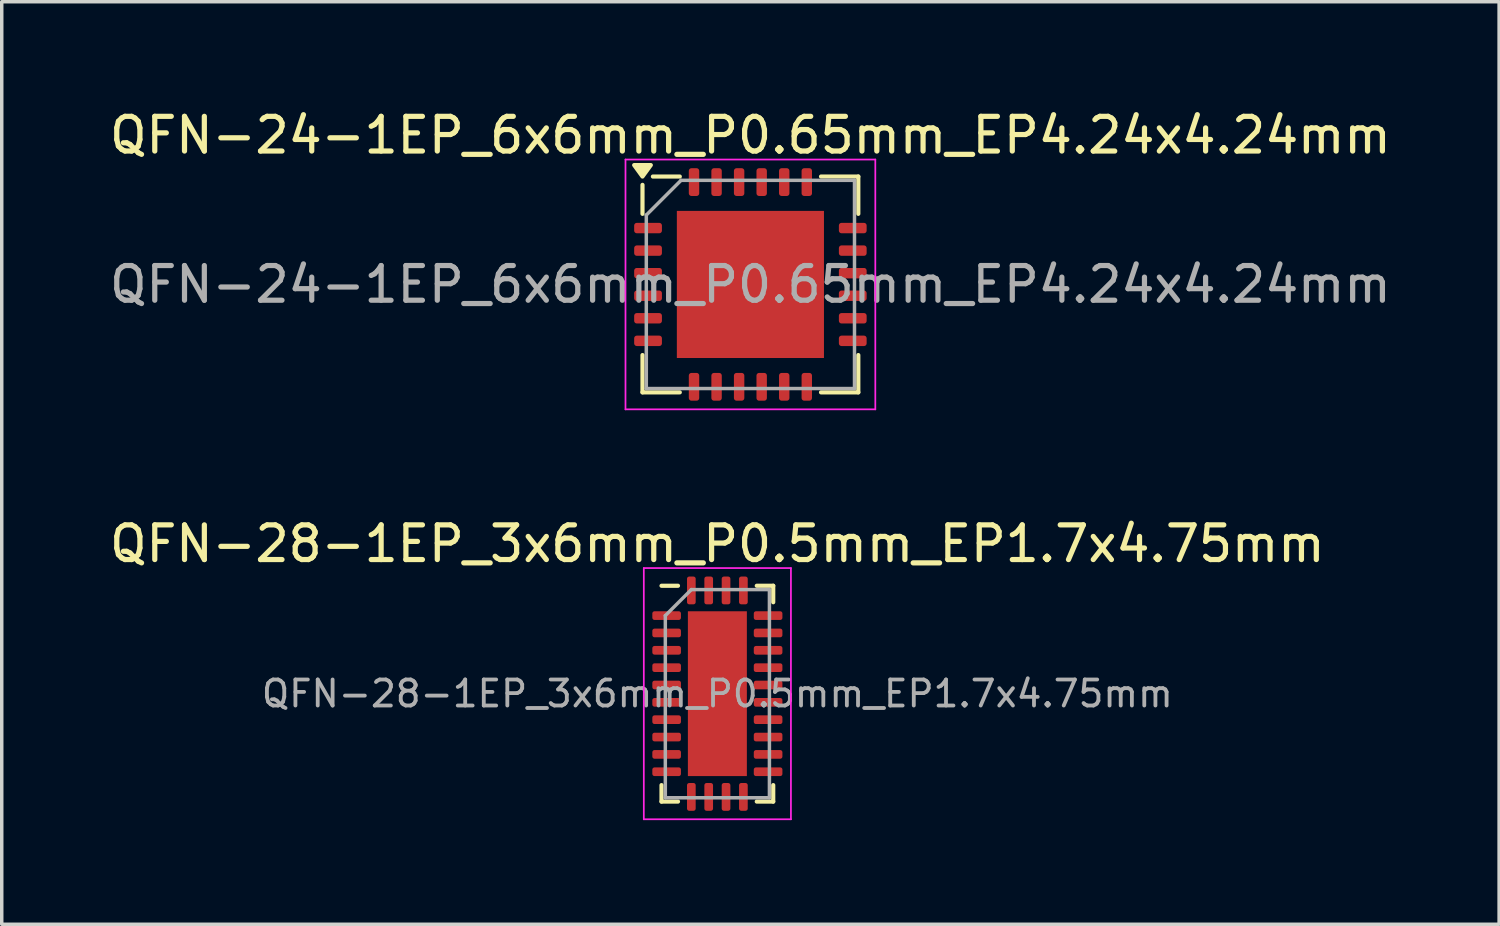
<source format=kicad_pcb>
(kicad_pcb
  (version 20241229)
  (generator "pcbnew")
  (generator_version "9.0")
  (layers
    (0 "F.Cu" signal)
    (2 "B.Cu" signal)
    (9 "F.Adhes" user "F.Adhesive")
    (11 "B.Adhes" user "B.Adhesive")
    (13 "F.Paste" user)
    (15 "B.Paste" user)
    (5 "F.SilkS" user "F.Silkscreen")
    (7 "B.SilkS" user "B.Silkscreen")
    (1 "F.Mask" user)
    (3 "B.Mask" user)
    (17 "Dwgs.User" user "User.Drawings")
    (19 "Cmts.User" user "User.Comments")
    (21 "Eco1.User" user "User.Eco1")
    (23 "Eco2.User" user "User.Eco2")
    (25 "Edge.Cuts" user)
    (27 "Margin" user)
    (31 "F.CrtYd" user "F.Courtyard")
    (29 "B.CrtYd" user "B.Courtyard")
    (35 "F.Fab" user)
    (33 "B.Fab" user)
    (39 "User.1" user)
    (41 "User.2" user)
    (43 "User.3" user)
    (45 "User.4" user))
  (footprint "QFN-28-1EP_3x6mm_P0.5mm_EP1.7x4.75mm"
    (layer "F.Cu")
    (at 17.625 16.942)
    (property "Reference" "QFN-28-1EP_3x6mm_P0.5mm_EP1.7x4.75mm" (at 0 -4.32 0) (layer "F.SilkS") (effects (font (size 1 1) (thickness 0.15))))
    (attr smd)
    (fp_line (start -1.61 3.11) (end -1.61 2.635) (stroke (width 0.12) (type solid)) (layer "F.SilkS"))
    (fp_line (start -1.135 -3.11) (end -1.61 -3.11) (stroke (width 0.12) (type solid)) (layer "F.SilkS"))
    (fp_line (start -1.135 3.11) (end -1.61 3.11) (stroke (width 0.12) (type solid)) (layer "F.SilkS"))
    (fp_line (start 1.135 -3.11) (end 1.61 -3.11) (stroke (width 0.12) (type solid)) (layer "F.SilkS"))
    (fp_line (start 1.135 3.11) (end 1.61 3.11) (stroke (width 0.12) (type solid)) (layer "F.SilkS"))
    (fp_line (start 1.61 -3.11) (end 1.61 -2.635) (stroke (width 0.12) (type solid)) (layer "F.SilkS"))
    (fp_line (start 1.61 3.11) (end 1.61 2.635) (stroke (width 0.12) (type solid)) (layer "F.SilkS"))
    (fp_line (start -2.12 -3.62) (end -2.12 3.62) (stroke (width 0.05) (type solid)) (layer "F.CrtYd"))
    (fp_line (start -2.12 3.62) (end 2.12 3.62) (stroke (width 0.05) (type solid)) (layer "F.CrtYd"))
    (fp_line (start 2.12 -3.62) (end -2.12 -3.62) (stroke (width 0.05) (type solid)) (layer "F.CrtYd"))
    (fp_line (start 2.12 3.62) (end 2.12 -3.62) (stroke (width 0.05) (type solid)) (layer "F.CrtYd"))
    (fp_line (start -1.5 -2.25) (end -0.75 -3) (stroke (width 0.1) (type solid)) (layer "F.Fab"))
    (fp_line (start -1.5 3) (end -1.5 -2.25) (stroke (width 0.1) (type solid)) (layer "F.Fab"))
    (fp_line (start -0.75 -3) (end 1.5 -3) (stroke (width 0.1) (type solid)) (layer "F.Fab"))
    (fp_line (start 1.5 -3) (end 1.5 3) (stroke (width 0.1) (type solid)) (layer "F.Fab"))
    (fp_line (start 1.5 3) (end -1.5 3) (stroke (width 0.1) (type solid)) (layer "F.Fab"))
    (fp_text user "${REFERENCE}" (at 0 0 0) (layer "F.Fab") (effects (font (size 0.75 0.75) (thickness 0.11))))
    (pad "" smd roundrect (at -0.425 -1.785) (size 0.69 0.96) (layers "F.Paste") (roundrect_rratio 0.25))
    (pad "" smd roundrect (at -0.425 -0.595) (size 0.69 0.96) (layers "F.Paste") (roundrect_rratio 0.25))
    (pad "" smd roundrect (at -0.425 0.595) (size 0.69 0.96) (layers "F.Paste") (roundrect_rratio 0.25))
    (pad "" smd roundrect (at -0.425 1.785) (size 0.69 0.96) (layers "F.Paste") (roundrect_rratio 0.25))
    (pad "" smd roundrect (at 0.425 -1.785) (size 0.69 0.96) (layers "F.Paste") (roundrect_rratio 0.25))
    (pad "" smd roundrect (at 0.425 -0.595) (size 0.69 0.96) (layers "F.Paste") (roundrect_rratio 0.25))
    (pad "" smd roundrect (at 0.425 0.595) (size 0.69 0.96) (layers "F.Paste") (roundrect_rratio 0.25))
    (pad "" smd roundrect (at 0.425 1.785) (size 0.69 0.96) (layers "F.Paste") (roundrect_rratio 0.25))
    (pad "1" smd roundrect (at -1.462 -2.25) (size 0.825 0.25) (layers "F.Cu" "F.Mask" "F.Paste") (roundrect_rratio 0.25))
    (pad "2" smd roundrect (at -1.462 -1.75) (size 0.825 0.25) (layers "F.Cu" "F.Mask" "F.Paste") (roundrect_rratio 0.25))
    (pad "3" smd roundrect (at -1.462 -1.25) (size 0.825 0.25) (layers "F.Cu" "F.Mask" "F.Paste") (roundrect_rratio 0.25))
    (pad "4" smd roundrect (at -1.462 -0.75) (size 0.825 0.25) (layers "F.Cu" "F.Mask" "F.Paste") (roundrect_rratio 0.25))
    (pad "5" smd roundrect (at -1.462 -0.25) (size 0.825 0.25) (layers "F.Cu" "F.Mask" "F.Paste") (roundrect_rratio 0.25))
    (pad "6" smd roundrect (at -1.462 0.25) (size 0.825 0.25) (layers "F.Cu" "F.Mask" "F.Paste") (roundrect_rratio 0.25))
    (pad "7" smd roundrect (at -1.462 0.75) (size 0.825 0.25) (layers "F.Cu" "F.Mask" "F.Paste") (roundrect_rratio 0.25))
    (pad "8" smd roundrect (at -1.462 1.25) (size 0.825 0.25) (layers "F.Cu" "F.Mask" "F.Paste") (roundrect_rratio 0.25))
    (pad "9" smd roundrect (at -1.462 1.75) (size 0.825 0.25) (layers "F.Cu" "F.Mask" "F.Paste") (roundrect_rratio 0.25))
    (pad "10" smd roundrect (at -1.462 2.25) (size 0.825 0.25) (layers "F.Cu" "F.Mask" "F.Paste") (roundrect_rratio 0.25))
    (pad "11" smd roundrect (at -0.75 2.975) (size 0.25 0.8) (layers "F.Cu" "F.Mask" "F.Paste") (roundrect_rratio 0.25))
    (pad "12" smd roundrect (at -0.25 2.975) (size 0.25 0.8) (layers "F.Cu" "F.Mask" "F.Paste") (roundrect_rratio 0.25))
    (pad "13" smd roundrect (at 0.25 2.975) (size 0.25 0.8) (layers "F.Cu" "F.Mask" "F.Paste") (roundrect_rratio 0.25))
    (pad "14" smd roundrect (at 0.75 2.975) (size 0.25 0.8) (layers "F.Cu" "F.Mask" "F.Paste") (roundrect_rratio 0.25))
    (pad "15" smd roundrect (at 1.462 2.25) (size 0.825 0.25) (layers "F.Cu" "F.Mask" "F.Paste") (roundrect_rratio 0.25))
    (pad "16" smd roundrect (at 1.462 1.75) (size 0.825 0.25) (layers "F.Cu" "F.Mask" "F.Paste") (roundrect_rratio 0.25))
    (pad "17" smd roundrect (at 1.462 1.25) (size 0.825 0.25) (layers "F.Cu" "F.Mask" "F.Paste") (roundrect_rratio 0.25))
    (pad "18" smd roundrect (at 1.462 0.75) (size 0.825 0.25) (layers "F.Cu" "F.Mask" "F.Paste") (roundrect_rratio 0.25))
    (pad "19" smd roundrect (at 1.462 0.25) (size 0.825 0.25) (layers "F.Cu" "F.Mask" "F.Paste") (roundrect_rratio 0.25))
    (pad "20" smd roundrect (at 1.462 -0.25) (size 0.825 0.25) (layers "F.Cu" "F.Mask" "F.Paste") (roundrect_rratio 0.25))
    (pad "21" smd roundrect (at 1.462 -0.75) (size 0.825 0.25) (layers "F.Cu" "F.Mask" "F.Paste") (roundrect_rratio 0.25))
    (pad "22" smd roundrect (at 1.462 -1.25) (size 0.825 0.25) (layers "F.Cu" "F.Mask" "F.Paste") (roundrect_rratio 0.25))
    (pad "23" smd roundrect (at 1.462 -1.75) (size 0.825 0.25) (layers "F.Cu" "F.Mask" "F.Paste") (roundrect_rratio 0.25))
    (pad "24" smd roundrect (at 1.462 -2.25) (size 0.825 0.25) (layers "F.Cu" "F.Mask" "F.Paste") (roundrect_rratio 0.25))
    (pad "25" smd roundrect (at 0.75 -2.975) (size 0.25 0.8) (layers "F.Cu" "F.Mask" "F.Paste") (roundrect_rratio 0.25))
    (pad "26" smd roundrect (at 0.25 -2.975) (size 0.25 0.8) (layers "F.Cu" "F.Mask" "F.Paste") (roundrect_rratio 0.25))
    (pad "27" smd roundrect (at -0.25 -2.975) (size 0.25 0.8) (layers "F.Cu" "F.Mask" "F.Paste") (roundrect_rratio 0.25))
    (pad "28" smd roundrect (at -0.75 -2.975) (size 0.25 0.8) (layers "F.Cu" "F.Mask" "F.Paste") (roundrect_rratio 0.25))
    (pad "29" smd rect (at 0 0) (size 1.7 4.75) (layers "F.Cu" "F.Mask")))
  (footprint "QFN-24-1EP_6x6mm_P0.65mm_EP4.24x4.24mm"
    (layer "F.Cu")
    (at 18.577 5.148)
    (property "Reference" "QFN-24-1EP_6x6mm_P0.65mm_EP4.24x4.24mm" (at 0 -4.3 0) (layer "F.SilkS") (effects (font (size 1 1) (thickness 0.15))))
    (attr smd)
    (fp_line (start -3.11 -2.035) (end -3.11 -2.87) (stroke (width 0.12) (type solid)) (layer "F.SilkS"))
    (fp_line (start -3.11 3.11) (end -3.11 2.035) (stroke (width 0.12) (type solid)) (layer "F.SilkS"))
    (fp_line (start -2.035 -3.11) (end -2.81 -3.11) (stroke (width 0.12) (type solid)) (layer "F.SilkS"))
    (fp_line (start -2.035 3.11) (end -3.11 3.11) (stroke (width 0.12) (type solid)) (layer "F.SilkS"))
    (fp_line (start 2.035 -3.11) (end 3.11 -3.11) (stroke (width 0.12) (type solid)) (layer "F.SilkS"))
    (fp_line (start 2.035 3.11) (end 3.11 3.11) (stroke (width 0.12) (type solid)) (layer "F.SilkS"))
    (fp_line (start 3.11 -3.11) (end 3.11 -2.035) (stroke (width 0.12) (type solid)) (layer "F.SilkS"))
    (fp_line (start 3.11 3.11) (end 3.11 2.035) (stroke (width 0.12) (type solid)) (layer "F.SilkS"))
    (fp_poly (pts (xy -3.11 -3.11) (xy -3.35 -3.44) (xy -2.87 -3.44) (xy -3.11 -3.11)) (stroke (width 0.12) (type solid)) (fill yes) (layer "F.SilkS"))
    (fp_line (start -3.6 -3.6) (end -3.6 3.6) (stroke (width 0.05) (type solid)) (layer "F.CrtYd"))
    (fp_line (start -3.6 3.6) (end 3.6 3.6) (stroke (width 0.05) (type solid)) (layer "F.CrtYd"))
    (fp_line (start 3.6 -3.6) (end -3.6 -3.6) (stroke (width 0.05) (type solid)) (layer "F.CrtYd"))
    (fp_line (start 3.6 3.6) (end 3.6 -3.6) (stroke (width 0.05) (type solid)) (layer "F.CrtYd"))
    (fp_line (start -3 -2) (end -2 -3) (stroke (width 0.1) (type solid)) (layer "F.Fab"))
    (fp_line (start -3 3) (end -3 -2) (stroke (width 0.1) (type solid)) (layer "F.Fab"))
    (fp_line (start -2 -3) (end 3 -3) (stroke (width 0.1) (type solid)) (layer "F.Fab"))
    (fp_line (start 3 -3) (end 3 3) (stroke (width 0.1) (type solid)) (layer "F.Fab"))
    (fp_line (start 3 3) (end -3 3) (stroke (width 0.1) (type solid)) (layer "F.Fab"))
    (fp_text user "${REFERENCE}" (at 0 0 0) (layer "F.Fab") (effects (font (size 1 1) (thickness 0.15))))
    (pad "" smd roundrect (at -1.06 -1.06) (size 1.71 1.71) (layers "F.Paste") (roundrect_rratio 0.146))
    (pad "" smd roundrect (at -1.06 1.06) (size 1.71 1.71) (layers "F.Paste") (roundrect_rratio 0.146))
    (pad "" smd roundrect (at 1.06 -1.06) (size 1.71 1.71) (layers "F.Paste") (roundrect_rratio 0.146))
    (pad "" smd roundrect (at 1.06 1.06) (size 1.71 1.71) (layers "F.Paste") (roundrect_rratio 0.146))
    (pad "1" smd roundrect (at -2.95 -1.625) (size 0.8 0.3) (layers "F.Cu" "F.Mask" "F.Paste") (roundrect_rratio 0.25))
    (pad "2" smd roundrect (at -2.95 -0.975) (size 0.8 0.3) (layers "F.Cu" "F.Mask" "F.Paste") (roundrect_rratio 0.25))
    (pad "3" smd roundrect (at -2.95 -0.325) (size 0.8 0.3) (layers "F.Cu" "F.Mask" "F.Paste") (roundrect_rratio 0.25))
    (pad "4" smd roundrect (at -2.95 0.325) (size 0.8 0.3) (layers "F.Cu" "F.Mask" "F.Paste") (roundrect_rratio 0.25))
    (pad "5" smd roundrect (at -2.95 0.975) (size 0.8 0.3) (layers "F.Cu" "F.Mask" "F.Paste") (roundrect_rratio 0.25))
    (pad "6" smd roundrect (at -2.95 1.625) (size 0.8 0.3) (layers "F.Cu" "F.Mask" "F.Paste") (roundrect_rratio 0.25))
    (pad "7" smd roundrect (at -1.625 2.95) (size 0.3 0.8) (layers "F.Cu" "F.Mask" "F.Paste") (roundrect_rratio 0.25))
    (pad "8" smd roundrect (at -0.975 2.95) (size 0.3 0.8) (layers "F.Cu" "F.Mask" "F.Paste") (roundrect_rratio 0.25))
    (pad "9" smd roundrect (at -0.325 2.95) (size 0.3 0.8) (layers "F.Cu" "F.Mask" "F.Paste") (roundrect_rratio 0.25))
    (pad "10" smd roundrect (at 0.325 2.95) (size 0.3 0.8) (layers "F.Cu" "F.Mask" "F.Paste") (roundrect_rratio 0.25))
    (pad "11" smd roundrect (at 0.975 2.95) (size 0.3 0.8) (layers "F.Cu" "F.Mask" "F.Paste") (roundrect_rratio 0.25))
    (pad "12" smd roundrect (at 1.625 2.95) (size 0.3 0.8) (layers "F.Cu" "F.Mask" "F.Paste") (roundrect_rratio 0.25))
    (pad "13" smd roundrect (at 2.95 1.625) (size 0.8 0.3) (layers "F.Cu" "F.Mask" "F.Paste") (roundrect_rratio 0.25))
    (pad "14" smd roundrect (at 2.95 0.975) (size 0.8 0.3) (layers "F.Cu" "F.Mask" "F.Paste") (roundrect_rratio 0.25))
    (pad "15" smd roundrect (at 2.95 0.325) (size 0.8 0.3) (layers "F.Cu" "F.Mask" "F.Paste") (roundrect_rratio 0.25))
    (pad "16" smd roundrect (at 2.95 -0.325) (size 0.8 0.3) (layers "F.Cu" "F.Mask" "F.Paste") (roundrect_rratio 0.25))
    (pad "17" smd roundrect (at 2.95 -0.975) (size 0.8 0.3) (layers "F.Cu" "F.Mask" "F.Paste") (roundrect_rratio 0.25))
    (pad "18" smd roundrect (at 2.95 -1.625) (size 0.8 0.3) (layers "F.Cu" "F.Mask" "F.Paste") (roundrect_rratio 0.25))
    (pad "19" smd roundrect (at 1.625 -2.95) (size 0.3 0.8) (layers "F.Cu" "F.Mask" "F.Paste") (roundrect_rratio 0.25))
    (pad "20" smd roundrect (at 0.975 -2.95) (size 0.3 0.8) (layers "F.Cu" "F.Mask" "F.Paste") (roundrect_rratio 0.25))
    (pad "21" smd roundrect (at 0.325 -2.95) (size 0.3 0.8) (layers "F.Cu" "F.Mask" "F.Paste") (roundrect_rratio 0.25))
    (pad "22" smd roundrect (at -0.325 -2.95) (size 0.3 0.8) (layers "F.Cu" "F.Mask" "F.Paste") (roundrect_rratio 0.25))
    (pad "23" smd roundrect (at -0.975 -2.95) (size 0.3 0.8) (layers "F.Cu" "F.Mask" "F.Paste") (roundrect_rratio 0.25))
    (pad "24" smd roundrect (at -1.625 -2.95) (size 0.3 0.8) (layers "F.Cu" "F.Mask" "F.Paste") (roundrect_rratio 0.25))
    (pad "25" smd rect (at 0 0) (size 4.24 4.24) (property pad_prop_heatsink) (layers "F.Cu" "F.Mask")))
  (gr_rect
    (start -3 -3)
    (end 40.155 23.587)
    (stroke (width 0.1) (type default))
    (fill no)
    (layer "Edge.Cuts")))
</source>
